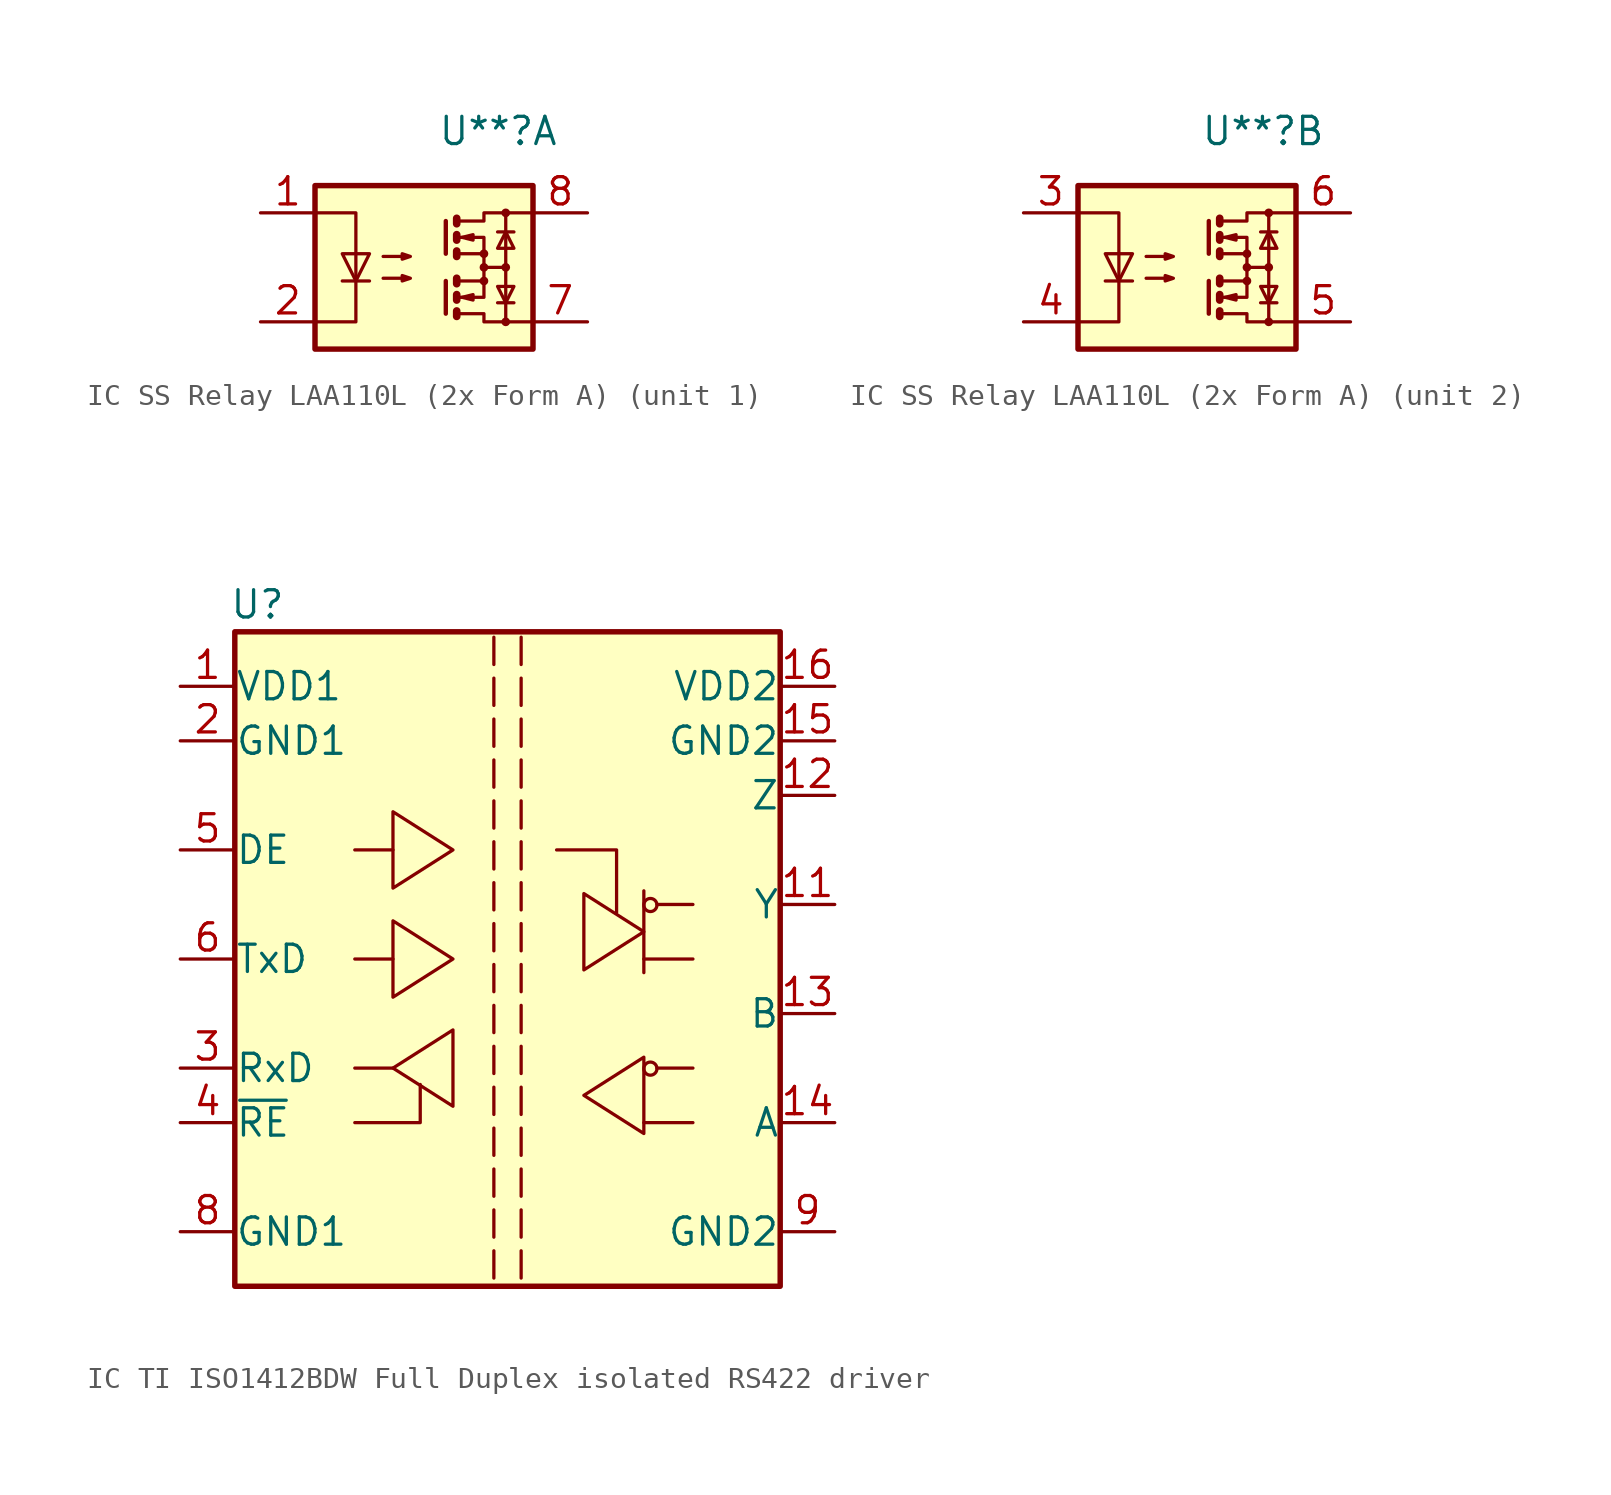
<source format=kicad_sym>
(kicad_symbol_lib
  (version 20241209)
  (generator "kicad_symbol_editor")
  (generator_version "9.0")
  (symbol "IC SS Relay LAA110L (2x Form A)"
    (pin_names
      (offset 0)
      (hide yes))
    (property "Reference" "U**"
      (at 8.255 3.81 0)
      (effects (font (size 1.27 1.27)) (justify left)))
    (property "ki_locked" ""
      (at 0 0 0)
      (effects (font (size 1.27 1.27))))
    (symbol "IC SS Relay LAA110L (2x Form A)_0_1"
      (rectangle (start 2.54 1.27) (end 12.7 -6.35) (stroke (width 0.254) (type default)) (fill (type background)))
      (polyline (pts (xy 2.54 0) (xy 4.445 0) (xy 4.445 -5.08) (xy 2.54 -5.08)) (stroke (width 0) (type default)) (fill (type none)))
      (polyline (pts (xy 3.81 -3.175) (xy 5.08 -3.175)) (stroke (width 0) (type default)) (fill (type none)))
      (polyline (pts (xy 4.445 -3.175) (xy 3.81 -1.905) (xy 5.08 -1.905) (xy 4.445 -3.175)) (stroke (width 0) (type default)) (fill (type none)))
      (polyline (pts (xy 5.715 -2.032) (xy 6.985 -2.032) (xy 6.604 -2.159) (xy 6.604 -1.905) (xy 6.985 -2.032)) (stroke (width 0) (type default)) (fill (type none)))
      (polyline (pts (xy 5.715 -3.048) (xy 6.985 -3.048) (xy 6.604 -3.175) (xy 6.604 -2.921) (xy 6.985 -3.048)) (stroke (width 0) (type default)) (fill (type none)))
      (polyline (pts (xy 8.636 -0.381) (xy 8.636 -1.905)) (stroke (width 0.203) (type default)) (fill (type none)))
      (polyline (pts (xy 8.636 -3.175) (xy 8.636 -4.699)) (stroke (width 0.203) (type default)) (fill (type none)))
      (polyline (pts (xy 9.144 -0.254) (xy 9.144 -0.508) (xy 9.144 -0.508)) (stroke (width 0.356) (type default)) (fill (type none)))
      (polyline (pts (xy 9.144 -1.016) (xy 9.144 -1.27) (xy 9.144 -1.27)) (stroke (width 0.356) (type default)) (fill (type none)))
      (polyline (pts (xy 9.144 -1.778) (xy 9.144 -2.032) (xy 9.144 -2.032)) (stroke (width 0.356) (type default)) (fill (type none)))
      (polyline (pts (xy 9.144 -3.048) (xy 9.144 -3.302)) (stroke (width 0.356) (type default)) (fill (type none)))
      (polyline (pts (xy 9.144 -3.81) (xy 9.144 -4.064) (xy 9.144 -4.064)) (stroke (width 0.356) (type default)) (fill (type none)))
      (polyline (pts (xy 9.144 -4.572) (xy 9.144 -4.826) (xy 9.144 -4.826)) (stroke (width 0.356) (type default)) (fill (type none)))
      (polyline (pts (xy 9.271 -0.381) (xy 10.414 -0.381) (xy 10.414 0) (xy 12.7 0)) (stroke (width 0) (type default)) (fill (type none)))
      (polyline (pts (xy 9.271 -1.143) (xy 10.414 -1.143) (xy 10.414 -1.905)) (stroke (width 0) (type default)) (fill (type none)))
      (polyline (pts (xy 9.271 -3.175) (xy 10.414 -3.175) (xy 10.414 -1.905) (xy 9.271 -1.905)) (stroke (width 0) (type default)) (fill (type none)))
      (polyline (pts (xy 9.271 -3.937) (xy 10.414 -3.937) (xy 10.414 -3.175)) (stroke (width 0) (type default)) (fill (type none)))
      (polyline (pts (xy 9.271 -4.699) (xy 10.414 -4.699) (xy 10.414 -5.08) (xy 12.7 -5.08)) (stroke (width 0) (type default)) (fill (type none)))
      (polyline (pts (xy 9.398 -1.143) (xy 9.906 -1.016) (xy 9.906 -1.27) (xy 9.398 -1.143)) (stroke (width 0) (type default)) (fill (type none)))
      (polyline (pts (xy 9.398 -3.937) (xy 9.906 -3.81) (xy 9.906 -4.064) (xy 9.398 -3.937)) (stroke (width 0) (type default)) (fill (type none)))
      (circle (center 10.414 -1.905) (radius 0.127) (stroke (width 0) (type default)) (fill (type none)))
      (polyline (pts (xy 10.414 -2.54) (xy 11.43 -2.54)) (stroke (width 0) (type default)) (fill (type none)))
      (circle (center 10.414 -2.54) (radius 0.127) (stroke (width 0) (type default)) (fill (type none)))
      (circle (center 10.414 -3.175) (radius 0.127) (stroke (width 0) (type default)) (fill (type none)))
      (polyline (pts (xy 11.049 -0.889) (xy 11.811 -0.889)) (stroke (width 0) (type default)) (fill (type none)))
      (polyline (pts (xy 11.049 -4.191) (xy 11.811 -4.191)) (stroke (width 0) (type default)) (fill (type none)))
      (circle (center 11.43 0) (radius 0.127) (stroke (width 0) (type default)) (fill (type none)))
      (polyline (pts (xy 11.43 -0.889) (xy 11.049 -1.651) (xy 11.811 -1.651) (xy 11.43 -0.889)) (stroke (width 0) (type default)) (fill (type none)))
      (circle (center 11.43 -2.54) (radius 0.127) (stroke (width 0) (type default)) (fill (type none)))
      (polyline (pts (xy 11.43 -4.191) (xy 11.049 -3.429) (xy 11.811 -3.429) (xy 11.43 -4.191)) (stroke (width 0) (type default)) (fill (type none)))
      (polyline (pts (xy 11.43 -5.08) (xy 11.43 0)) (stroke (width 0) (type default)) (fill (type none)))
      (circle (center 11.43 -5.08) (radius 0.127) (stroke (width 0) (type default)) (fill (type none))))
    (symbol "IC SS Relay LAA110L (2x Form A)_1_1"
      (pin passive line (at 0 0 0) (length 2.54) (name "~" (effects (font (size 1.27 1.27)))) (number "1" (effects (font (size 1.27 1.27)))))
      (pin passive line (at 0 -5.08 0) (length 2.54) (name "~" (effects (font (size 1.27 1.27)))) (number "2" (effects (font (size 1.27 1.27)))))
      (pin passive line (at 15.24 0 180) (length 2.54) (name "~" (effects (font (size 1.27 1.27)))) (number "8" (effects (font (size 1.27 1.27)))))
      (pin passive line (at 15.24 -5.08 180) (length 2.54) (name "~" (effects (font (size 1.27 1.27)))) (number "7" (effects (font (size 1.27 1.27))))))
    (symbol "IC SS Relay LAA110L (2x Form A)_2_1"
      (pin passive line (at 0 0 0) (length 2.54) (name "~" (effects (font (size 1.27 1.27)))) (number "3" (effects (font (size 1.27 1.27)))))
      (pin passive line (at 0 -5.08 0) (length 2.54) (name "~" (effects (font (size 1.27 1.27)))) (number "4" (effects (font (size 1.27 1.27)))))
      (pin passive line (at 15.24 0 180) (length 2.54) (name "~" (effects (font (size 1.27 1.27)))) (number "6" (effects (font (size 1.27 1.27)))))
      (pin passive line (at 15.24 -5.08 180) (length 2.54) (name "~" (effects (font (size 1.27 1.27)))) (number "5" (effects (font (size 1.27 1.27)))))))
  (symbol "IC TI ISO1412BDW Full Duplex isolated RS422 driver"
    (pin_names
      (offset 0.002))
    (property "Reference" "U"
      (at -12.954 16.51 0)
      (effects (font (size 1.27 1.27)) (justify left)))
    (symbol "IC TI ISO1412BDW Full Duplex isolated RS422 driver_0_0"
      (polyline (pts (xy -0.635 14.986) (xy -0.635 13.716)) (stroke (width 0) (type default)) (fill (type none)))
      (polyline (pts (xy -0.635 13.081) (xy -0.635 11.811)) (stroke (width 0) (type default)) (fill (type none)))
      (polyline (pts (xy -0.635 11.176) (xy -0.635 9.906)) (stroke (width 0) (type default)) (fill (type none)))
      (polyline (pts (xy -0.635 9.271) (xy -0.635 8.001)) (stroke (width 0) (type default)) (fill (type none)))
      (polyline (pts (xy -0.635 7.366) (xy -0.635 6.096)) (stroke (width 0) (type default)) (fill (type none)))
      (polyline (pts (xy -0.635 5.461) (xy -0.635 4.191)) (stroke (width 0) (type default)) (fill (type none)))
      (polyline (pts (xy -0.635 3.556) (xy -0.635 2.286)) (stroke (width 0) (type default)) (fill (type none)))
      (polyline (pts (xy -0.635 1.651) (xy -0.635 0.381)) (stroke (width 0) (type default)) (fill (type none)))
      (polyline (pts (xy -0.635 -0.254) (xy -0.635 -1.524)) (stroke (width 0) (type default)) (fill (type none)))
      (polyline (pts (xy -0.635 -2.159) (xy -0.635 -3.429)) (stroke (width 0) (type default)) (fill (type none)))
      (polyline (pts (xy -0.635 -4.064) (xy -0.635 -5.334)) (stroke (width 0) (type default)) (fill (type none)))
      (polyline (pts (xy -0.635 -5.969) (xy -0.635 -7.239)) (stroke (width 0) (type default)) (fill (type none)))
      (polyline (pts (xy -0.635 -7.874) (xy -0.635 -9.144)) (stroke (width 0) (type default)) (fill (type none)))
      (polyline (pts (xy -0.635 -9.779) (xy -0.635 -11.049)) (stroke (width 0) (type default)) (fill (type none)))
      (polyline (pts (xy -0.635 -11.684) (xy -0.635 -12.954)) (stroke (width 0) (type default)) (fill (type none)))
      (polyline (pts (xy -0.635 -13.589) (xy -0.635 -14.859)) (stroke (width 0) (type default)) (fill (type none)))
      (polyline (pts (xy 0.635 14.986) (xy 0.635 13.716)) (stroke (width 0) (type default)) (fill (type none)))
      (polyline (pts (xy 0.635 13.081) (xy 0.635 11.811)) (stroke (width 0) (type default)) (fill (type none)))
      (polyline (pts (xy 0.635 11.176) (xy 0.635 9.906)) (stroke (width 0) (type default)) (fill (type none)))
      (polyline (pts (xy 0.635 9.271) (xy 0.635 8.001)) (stroke (width 0) (type default)) (fill (type none)))
      (polyline (pts (xy 0.635 7.366) (xy 0.635 6.096)) (stroke (width 0) (type default)) (fill (type none)))
      (polyline (pts (xy 0.635 5.461) (xy 0.635 4.191)) (stroke (width 0) (type default)) (fill (type none)))
      (polyline (pts (xy 0.635 3.556) (xy 0.635 2.286)) (stroke (width 0) (type default)) (fill (type none)))
      (polyline (pts (xy 0.635 1.651) (xy 0.635 0.381)) (stroke (width 0) (type default)) (fill (type none)))
      (polyline (pts (xy 0.635 -0.254) (xy 0.635 -1.524)) (stroke (width 0) (type default)) (fill (type none)))
      (polyline (pts (xy 0.635 -2.159) (xy 0.635 -3.429)) (stroke (width 0) (type default)) (fill (type none)))
      (polyline (pts (xy 0.635 -4.064) (xy 0.635 -5.334)) (stroke (width 0) (type default)) (fill (type none)))
      (polyline (pts (xy 0.635 -5.969) (xy 0.635 -7.239)) (stroke (width 0) (type default)) (fill (type none)))
      (polyline (pts (xy 0.635 -7.874) (xy 0.635 -9.144)) (stroke (width 0) (type default)) (fill (type none)))
      (polyline (pts (xy 0.635 -9.779) (xy 0.635 -11.049)) (stroke (width 0) (type default)) (fill (type none)))
      (polyline (pts (xy 0.635 -11.684) (xy 0.635 -12.954)) (stroke (width 0) (type default)) (fill (type none)))
      (polyline (pts (xy 0.635 -13.589) (xy 0.635 -14.859)) (stroke (width 0) (type default)) (fill (type none))))
    (symbol "IC TI ISO1412BDW Full Duplex isolated RS422 driver_0_1"
      (rectangle (start -12.7 15.24) (end 12.7 -15.24) (stroke (width 0.254) (type default)) (fill (type background)))
      (polyline (pts (xy -7.112 -7.62) (xy -4.064 -7.62) (xy -4.064 -5.842)) (stroke (width 0) (type default)) (fill (type none)))
      (polyline (pts (xy -5.334 5.08) (xy -7.112 5.08)) (stroke (width 0) (type default)) (fill (type none)))
      (polyline (pts (xy -5.334 0) (xy -7.112 0)) (stroke (width 0) (type default)) (fill (type none)))
      (polyline (pts (xy -5.334 -5.08) (xy -7.112 -5.08)) (stroke (width 0) (type default)) (fill (type none)))
      (polyline (pts (xy -5.334 -5.08) (xy -2.54 -3.302) (xy -2.54 -6.858) (xy -5.334 -5.08)) (stroke (width 0) (type default)) (fill (type none)))
      (polyline (pts (xy -2.54 5.08) (xy -5.334 6.858) (xy -5.334 3.302) (xy -2.54 5.08)) (stroke (width 0) (type default)) (fill (type none)))
      (polyline (pts (xy -2.54 0) (xy -5.334 1.778) (xy -5.334 -1.778) (xy -2.54 0)) (stroke (width 0) (type default)) (fill (type none)))
      (polyline (pts (xy 2.286 5.08) (xy 5.08 5.08) (xy 5.08 2.159)) (stroke (width 0) (type default)) (fill (type none)))
      (polyline (pts (xy 3.556 -6.35) (xy 6.35 -8.128) (xy 6.35 -4.572) (xy 3.556 -6.35)) (stroke (width 0) (type default)) (fill (type none)))
      (polyline (pts (xy 6.35 1.27) (xy 3.556 -0.508) (xy 3.556 3.048) (xy 6.35 1.27)) (stroke (width 0) (type default)) (fill (type none)))
      (polyline (pts (xy 6.35 0) (xy 8.636 0)) (stroke (width 0) (type default)) (fill (type none)))
      (polyline (pts (xy 6.35 -0.635) (xy 6.35 3.175)) (stroke (width 0) (type default)) (fill (type none)))
      (polyline (pts (xy 6.35 -7.62) (xy 8.636 -7.62)) (stroke (width 0) (type default)) (fill (type none)))
      (circle (center 6.655 2.515) (radius 0.305) (stroke (width 0) (type default)) (fill (type none)))
      (circle (center 6.655 -5.105) (radius 0.305) (stroke (width 0) (type default)) (fill (type none)))
      (polyline (pts (xy 6.96 2.54) (xy 8.636 2.54)) (stroke (width 0) (type default)) (fill (type none)))
      (polyline (pts (xy 6.96 -5.08) (xy 8.636 -5.08)) (stroke (width 0) (type default)) (fill (type none))))
    (symbol "IC TI ISO1412BDW Full Duplex isolated RS422 driver_1_1"
      (pin power_in line (at -15.24 12.7 0) (length 2.54) (name "VDD1" (effects (font (size 1.27 1.27)))) (number "1" (effects (font (size 1.27 1.27)))))
      (pin power_in line (at -15.24 10.16 0) (length 2.54) (name "GND1" (effects (font (size 1.27 1.27)))) (number "2" (effects (font (size 1.27 1.27)))))
      (pin input line (at -15.24 5.08 0) (length 2.54) (name "DE" (effects (font (size 1.27 1.27)))) (number "5" (effects (font (size 1.27 1.27)))))
      (pin input line (at -15.24 0 0) (length 2.54) (name "TxD" (effects (font (size 1.27 1.27)))) (number "6" (effects (font (size 1.27 1.27)))))
      (pin output line (at -15.24 -5.08 0) (length 2.54) (name "RxD" (effects (font (size 1.27 1.27)))) (number "3" (effects (font (size 1.27 1.27)))))
      (pin input line (at -15.24 -7.62 0) (length 2.54) (name "~{RE}" (effects (font (size 1.27 1.27)))) (number "4" (effects (font (size 1.27 1.27)))))
      (pin power_in line (at -15.24 -12.7 0) (length 2.54) (name "GND1" (effects (font (size 1.27 1.27)))) (number "8" (effects (font (size 1.27 1.27)))))
      (pin no_connect line (at -5.08 -15.24 90) (length 2.54) (hide yes) (name "NC" (effects (font (size 1.27 1.27)))) (number "7" (effects (font (size 1.27 1.27)))))
      (pin no_connect line (at 5.08 -15.24 90) (length 2.54) (hide yes) (name "NC" (effects (font (size 1.27 1.27)))) (number "10" (effects (font (size 1.27 1.27)))))
      (pin power_in line (at 15.24 12.7 180) (length 2.54) (name "VDD2" (effects (font (size 1.27 1.27)))) (number "16" (effects (font (size 1.27 1.27)))))
      (pin power_in line (at 15.24 10.16 180) (length 2.54) (name "GND2" (effects (font (size 1.27 1.27)))) (number "15" (effects (font (size 1.27 1.27)))))
      (pin output line (at 15.24 7.62 180) (length 2.54) (name "Z" (effects (font (size 1.27 1.27)))) (number "12" (effects (font (size 1.27 1.27)))))
      (pin output line (at 15.24 2.54 180) (length 2.54) (name "Y" (effects (font (size 1.27 1.27)))) (number "11" (effects (font (size 1.27 1.27)))))
      (pin input line (at 15.24 -2.54 180) (length 2.54) (name "B" (effects (font (size 1.27 1.27)))) (number "13" (effects (font (size 1.27 1.27)))))
      (pin input line (at 15.24 -7.62 180) (length 2.54) (name "A" (effects (font (size 1.27 1.27)))) (number "14" (effects (font (size 1.27 1.27)))))
      (pin power_in line (at 15.24 -12.7 180) (length 2.54) (name "GND2" (effects (font (size 1.27 1.27)))) (number "9" (effects (font (size 1.27 1.27))))))))
</source>
